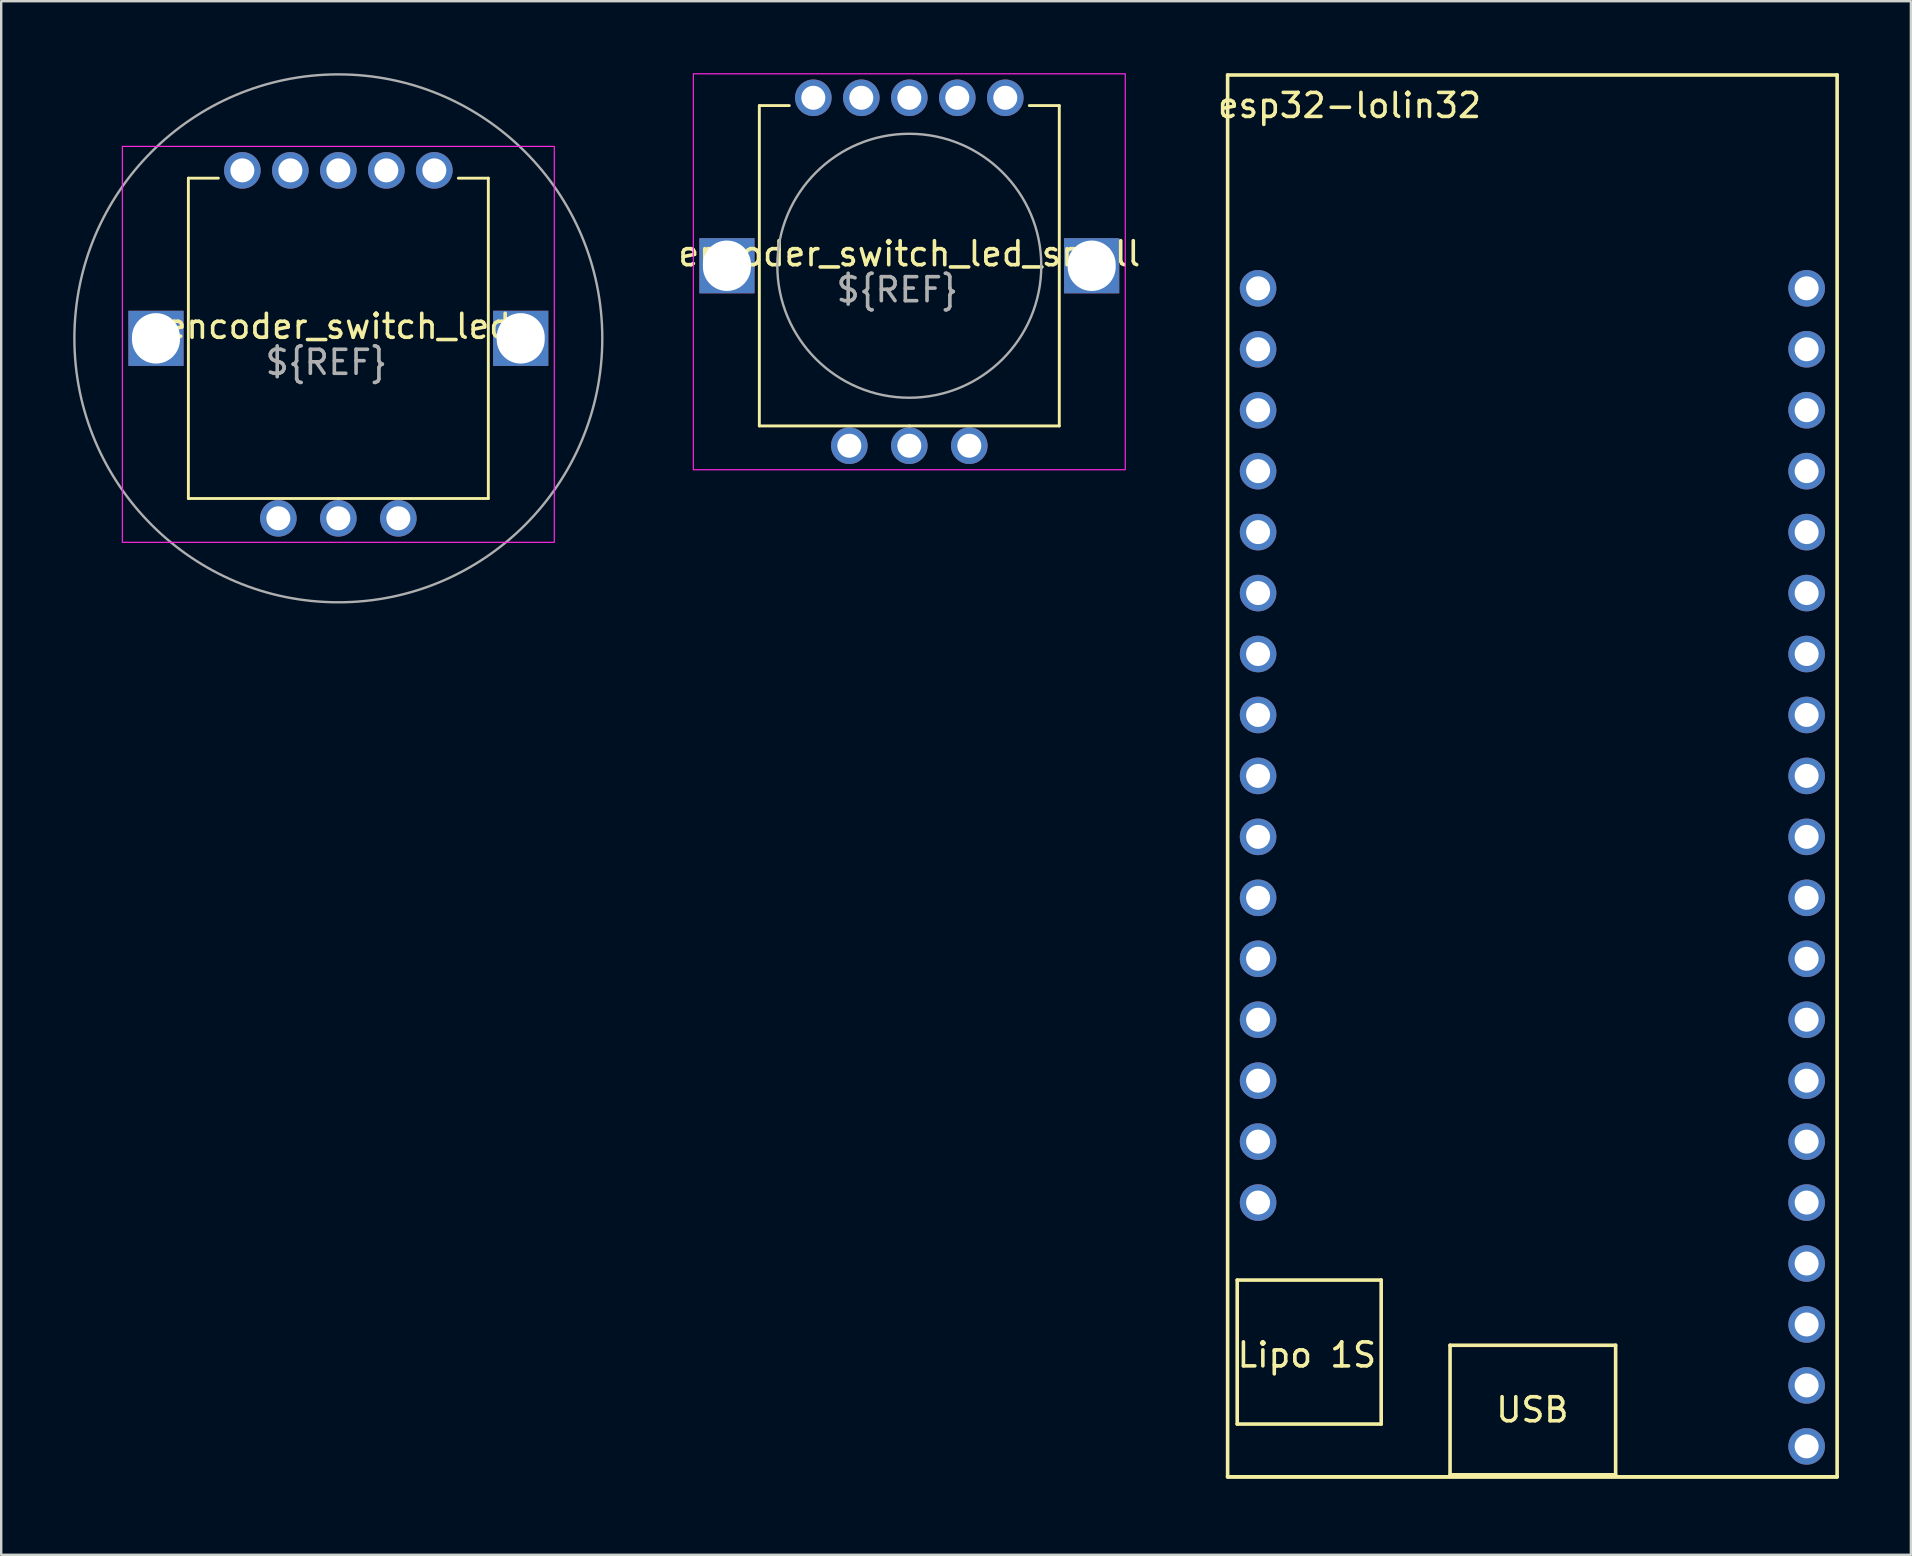
<source format=kicad_pcb>
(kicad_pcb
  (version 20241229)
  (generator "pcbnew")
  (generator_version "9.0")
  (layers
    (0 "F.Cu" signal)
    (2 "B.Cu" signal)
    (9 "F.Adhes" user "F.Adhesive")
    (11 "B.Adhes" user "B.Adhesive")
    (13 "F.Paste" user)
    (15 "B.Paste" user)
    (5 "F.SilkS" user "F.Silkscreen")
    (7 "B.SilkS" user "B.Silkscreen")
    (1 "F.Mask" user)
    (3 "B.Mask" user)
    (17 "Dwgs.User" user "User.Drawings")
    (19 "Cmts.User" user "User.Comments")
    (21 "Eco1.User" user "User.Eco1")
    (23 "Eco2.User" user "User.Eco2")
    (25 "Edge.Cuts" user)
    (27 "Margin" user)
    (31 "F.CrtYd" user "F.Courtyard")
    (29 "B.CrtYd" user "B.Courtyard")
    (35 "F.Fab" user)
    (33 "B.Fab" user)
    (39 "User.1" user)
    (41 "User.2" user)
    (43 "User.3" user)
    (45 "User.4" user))
  (footprint "esp32-lolin32"
    (layer "F.Cu")
    (at 48.109 58.495)
    (property "Reference" "esp32-lolin32" (at 5.08 -57.15 0) (layer "F.SilkS") (effects (font (size 1 1) (thickness 0.15))))
    (attr through_hole)
    (fp_line (start 0 -58.42) (end 0 0) (stroke (width 0.15) (type solid)) (layer "F.SilkS"))
    (fp_line (start 0 0) (end 25.4 0) (stroke (width 0.15) (type solid)) (layer "F.SilkS"))
    (fp_line (start 0 0) (end 25.4 0) (stroke (width 0.15) (type solid)) (layer "F.SilkS"))
    (fp_line (start 0.4 -8.2) (end 6.4 -8.2) (stroke (width 0.15) (type solid)) (layer "F.SilkS"))
    (fp_line (start 0.4 -2.2) (end 0.4 -8.2) (stroke (width 0.15) (type solid)) (layer "F.SilkS"))
    (fp_line (start 6.4 -8.2) (end 6.4 -2.2) (stroke (width 0.15) (type solid)) (layer "F.SilkS"))
    (fp_line (start 6.4 -2.2) (end 0.4 -2.2) (stroke (width 0.15) (type solid)) (layer "F.SilkS"))
    (fp_line (start 9.27 -5.484) (end 9.27 -0.084) (stroke (width 0.15) (type solid)) (layer "F.SilkS"))
    (fp_line (start 9.27 -5.484) (end 16.17 -5.484) (stroke (width 0.15) (type solid)) (layer "F.SilkS"))
    (fp_line (start 9.27 -0.084) (end 16.17 -0.084) (stroke (width 0.15) (type solid)) (layer "F.SilkS"))
    (fp_line (start 16.17 -5.484) (end 16.17 -0.084) (stroke (width 0.15) (type solid)) (layer "F.SilkS"))
    (fp_line (start 25.4 -58.42) (end 0 -58.42) (stroke (width 0.15) (type solid)) (layer "F.SilkS"))
    (fp_line (start 25.4 0) (end 25.4 -58.42) (stroke (width 0.15) (type solid)) (layer "F.SilkS"))
    (fp_text user "Lipo 1S" (at 3.302 -5.08 0) (layer "F.SilkS") (effects (font (size 1 1) (thickness 0.15))))
    (fp_text user "USB" (at 12.7 -2.794 0) (layer "F.SilkS") (effects (font (size 1 1) (thickness 0.15))))
    (pad "1" thru_hole circle (at 1.27 -49.53) (size 1.524 1.524) (drill 1) (layers "*.Cu" "*.Mask"))
    (pad "2" thru_hole circle (at 1.27 -46.99) (size 1.524 1.524) (drill 1) (layers "*.Cu" "*.Mask"))
    (pad "3" thru_hole circle (at 1.27 -44.45) (size 1.524 1.524) (drill 1) (layers "*.Cu" "*.Mask"))
    (pad "4" thru_hole circle (at 1.27 -41.91) (size 1.524 1.524) (drill 1) (layers "*.Cu" "*.Mask"))
    (pad "5" thru_hole circle (at 1.27 -39.37) (size 1.524 1.524) (drill 1) (layers "*.Cu" "*.Mask"))
    (pad "6" thru_hole circle (at 1.27 -36.83) (size 1.524 1.524) (drill 1) (layers "*.Cu" "*.Mask"))
    (pad "7" thru_hole circle (at 1.27 -34.29) (size 1.524 1.524) (drill 1) (layers "*.Cu" "*.Mask"))
    (pad "8" thru_hole circle (at 1.27 -31.75) (size 1.524 1.524) (drill 1) (layers "*.Cu" "*.Mask"))
    (pad "9" thru_hole circle (at 1.27 -29.21) (size 1.524 1.524) (drill 1) (layers "*.Cu" "*.Mask"))
    (pad "10" thru_hole circle (at 1.27 -26.67) (size 1.524 1.524) (drill 1) (layers "*.Cu" "*.Mask"))
    (pad "11" thru_hole circle (at 1.27 -24.13) (size 1.524 1.524) (drill 1) (layers "*.Cu" "*.Mask"))
    (pad "12" thru_hole circle (at 1.27 -21.59) (size 1.524 1.524) (drill 1) (layers "*.Cu" "*.Mask"))
    (pad "13" thru_hole circle (at 1.27 -19.05) (size 1.524 1.524) (drill 1) (layers "*.Cu" "*.Mask"))
    (pad "14" thru_hole circle (at 1.27 -16.51) (size 1.524 1.524) (drill 1) (layers "*.Cu" "*.Mask"))
    (pad "15" thru_hole circle (at 1.27 -13.97) (size 1.524 1.524) (drill 1) (layers "*.Cu" "*.Mask"))
    (pad "16" thru_hole circle (at 1.27 -11.43) (size 1.524 1.524) (drill 1) (layers "*.Cu" "*.Mask"))
    (pad "17" thru_hole circle (at 24.13 -1.27) (size 1.524 1.524) (drill 1) (layers "*.Cu" "*.Mask"))
    (pad "18" thru_hole circle (at 24.13 -3.81) (size 1.524 1.524) (drill 1) (layers "*.Cu" "*.Mask"))
    (pad "19" thru_hole circle (at 24.13 -6.35) (size 1.524 1.524) (drill 1) (layers "*.Cu" "*.Mask"))
    (pad "20" thru_hole circle (at 24.13 -8.89) (size 1.524 1.524) (drill 1) (layers "*.Cu" "*.Mask"))
    (pad "21" thru_hole circle (at 24.13 -11.43) (size 1.524 1.524) (drill 1) (layers "*.Cu" "*.Mask"))
    (pad "22" thru_hole circle (at 24.13 -13.97) (size 1.524 1.524) (drill 1) (layers "*.Cu" "*.Mask"))
    (pad "23" thru_hole circle (at 24.13 -16.51) (size 1.524 1.524) (drill 1) (layers "*.Cu" "*.Mask"))
    (pad "24" thru_hole circle (at 24.13 -19.05) (size 1.524 1.524) (drill 1) (layers "*.Cu" "*.Mask"))
    (pad "25" thru_hole circle (at 24.13 -21.59) (size 1.524 1.524) (drill 1) (layers "*.Cu" "*.Mask"))
    (pad "26" thru_hole circle (at 24.13 -24.13) (size 1.524 1.524) (drill 1) (layers "*.Cu" "*.Mask"))
    (pad "27" thru_hole circle (at 24.13 -26.67) (size 1.524 1.524) (drill 1) (layers "*.Cu" "*.Mask"))
    (pad "28" thru_hole circle (at 24.13 -29.21) (size 1.524 1.524) (drill 1) (layers "*.Cu" "*.Mask"))
    (pad "29" thru_hole circle (at 24.13 -31.75) (size 1.524 1.524) (drill 1) (layers "*.Cu" "*.Mask"))
    (pad "30" thru_hole circle (at 24.13 -34.29) (size 1.524 1.524) (drill 1) (layers "*.Cu" "*.Mask"))
    (pad "31" thru_hole circle (at 24.13 -36.83) (size 1.524 1.524) (drill 1) (layers "*.Cu" "*.Mask"))
    (pad "32" thru_hole circle (at 24.13 -39.37) (size 1.524 1.524) (drill 1) (layers "*.Cu" "*.Mask"))
    (pad "33" thru_hole circle (at 24.13 -41.91) (size 1.524 1.524) (drill 1) (layers "*.Cu" "*.Mask"))
    (pad "34" thru_hole circle (at 24.13 -44.45) (size 1.524 1.524) (drill 1) (layers "*.Cu" "*.Mask"))
    (pad "35" thru_hole circle (at 24.13 -46.99) (size 1.524 1.524) (drill 1) (layers "*.Cu" "*.Mask"))
    (pad "36" thru_hole circle (at 24.13 -49.53) (size 1.524 1.524) (drill 1) (layers "*.Cu" "*.Mask")))
  (footprint "encoder_switch_led"
    (layer "F.Cu")
    (at 11.05 11.05)
    (property "Reference" "encoder_switch_led" (at 0 -0.5 0) (unlocked yes) (layer "F.SilkS") (effects (font (size 1 1) (thickness 0.15))))
    (attr through_hole)
    (fp_line (start -6.25 -6.675) (end -5 -6.675) (stroke (width 0.12) (type solid)) (layer "F.SilkS"))
    (fp_line (start -6.25 6.675) (end -6.25 -6.675) (stroke (width 0.12) (type solid)) (layer "F.SilkS"))
    (fp_line (start 0 6.675) (end -6.25 6.675) (stroke (width 0.12) (type solid)) (layer "F.SilkS"))
    (fp_line (start 0 6.675) (end 6.25 6.675) (stroke (width 0.12) (type solid)) (layer "F.SilkS"))
    (fp_line (start 6.25 -6.675) (end 5 -6.675) (stroke (width 0.12) (type solid)) (layer "F.SilkS"))
    (fp_line (start 6.25 6.675) (end 6.25 -6.675) (stroke (width 0.12) (type solid)) (layer "F.SilkS"))
    (fp_rect (start -9 -8) (end 9 8.5) (stroke (width 0.05) (type solid)) (fill no) (layer "F.CrtYd"))
    (fp_circle (center 0 0) (end 11 0) (stroke (width 0.1) (type solid)) (fill no) (layer "F.Fab"))
    (fp_text user "${REF}" (at -0.5 1 0) (unlocked yes) (layer "F.Fab") (effects (font (size 1 1) (thickness 0.15))))
    (pad "" np_thru_hole rect (at -7.6 0) (size 2.3 2.3) (drill oval 2 2.1) (layers "*.Cu" "*.Mask"))
    (pad "" np_thru_hole rect (at 7.6 0) (size 2.3 2.3) (drill oval 2 2.1) (layers "*.Cu" "*.Mask"))
    (pad "1" thru_hole circle (at 4 -7) (size 1.524 1.524) (drill 1) (layers "*.Cu" "*.Mask"))
    (pad "2" thru_hole circle (at 2 -7) (size 1.524 1.524) (drill 1) (layers "*.Cu" "*.Mask"))
    (pad "3" thru_hole circle (at 0 -7) (size 1.524 1.524) (drill 1) (layers "*.Cu" "*.Mask"))
    (pad "4" thru_hole circle (at -2 -7) (size 1.524 1.524) (drill 1) (layers "*.Cu" "*.Mask"))
    (pad "5" thru_hole circle (at -4 -7) (size 1.524 1.524) (drill 1) (layers "*.Cu" "*.Mask"))
    (pad "A" thru_hole circle (at -2.5 7.5) (size 1.524 1.524) (drill 1) (layers "*.Cu" "*.Mask"))
    (pad "B" thru_hole circle (at 2.5 7.5) (size 1.524 1.524) (drill 1) (layers "*.Cu" "*.Mask"))
    (pad "C" thru_hole circle (at 0 7.5) (size 1.524 1.524) (drill 1) (layers "*.Cu" "*.Mask")))
  (footprint "encoder_switch_led_small"
    (layer "F.Cu")
    (at 34.844 8.025)
    (property "Reference" "encoder_switch_led_small" (at 0 -0.5 0) (unlocked yes) (layer "F.SilkS") (effects (font (size 1 1) (thickness 0.15))))
    (attr through_hole)
    (fp_line (start -6.25 -6.675) (end -5 -6.675) (stroke (width 0.12) (type solid)) (layer "F.SilkS"))
    (fp_line (start -6.25 6.675) (end -6.25 -6.675) (stroke (width 0.12) (type solid)) (layer "F.SilkS"))
    (fp_line (start 0 6.675) (end -6.25 6.675) (stroke (width 0.12) (type solid)) (layer "F.SilkS"))
    (fp_line (start 0 6.675) (end 6.25 6.675) (stroke (width 0.12) (type solid)) (layer "F.SilkS"))
    (fp_line (start 6.25 -6.675) (end 5 -6.675) (stroke (width 0.12) (type solid)) (layer "F.SilkS"))
    (fp_line (start 6.25 6.675) (end 6.25 -6.675) (stroke (width 0.12) (type solid)) (layer "F.SilkS"))
    (fp_rect (start -9 -8) (end 9 8.5) (stroke (width 0.05) (type solid)) (fill no) (layer "F.CrtYd"))
    (fp_circle (center 0 0) (end 5.5 0) (stroke (width 0.1) (type solid)) (fill no) (layer "F.Fab"))
    (fp_text user "${REF}" (at -0.5 1 0) (unlocked yes) (layer "F.Fab") (effects (font (size 1 1) (thickness 0.15))))
    (pad "" np_thru_hole rect (at -7.6 0) (size 2.3 2.3) (drill oval 2 2.1) (layers "*.Cu" "*.Mask"))
    (pad "" np_thru_hole rect (at 7.6 0) (size 2.3 2.3) (drill oval 2 2.1) (layers "*.Cu" "*.Mask"))
    (pad "1" thru_hole circle (at 4 -7) (size 1.524 1.524) (drill 1) (layers "*.Cu" "*.Mask"))
    (pad "2" thru_hole circle (at 2 -7) (size 1.524 1.524) (drill 1) (layers "*.Cu" "*.Mask"))
    (pad "3" thru_hole circle (at 0 -7) (size 1.524 1.524) (drill 1) (layers "*.Cu" "*.Mask"))
    (pad "4" thru_hole circle (at -2 -7) (size 1.524 1.524) (drill 1) (layers "*.Cu" "*.Mask"))
    (pad "5" thru_hole circle (at -4 -7) (size 1.524 1.524) (drill 1) (layers "*.Cu" "*.Mask"))
    (pad "A" thru_hole circle (at -2.5 7.5) (size 1.524 1.524) (drill 1) (layers "*.Cu" "*.Mask"))
    (pad "B" thru_hole circle (at 2.5 7.5) (size 1.524 1.524) (drill 1) (layers "*.Cu" "*.Mask"))
    (pad "C" thru_hole circle (at 0 7.5) (size 1.524 1.524) (drill 1) (layers "*.Cu" "*.Mask")))
  (gr_rect
    (start -3 -3)
    (end 76.584 61.745)
    (stroke (width 0.1) (type default))
    (fill no)
    (layer "Edge.Cuts")))
</source>
